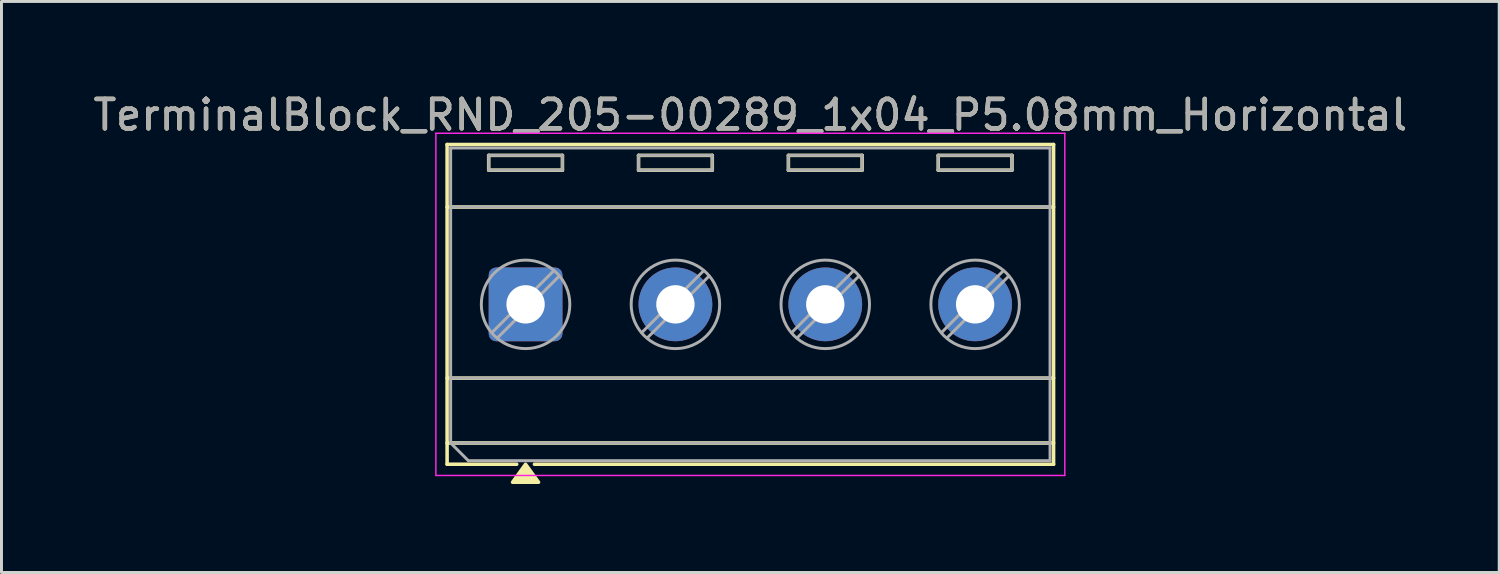
<source format=kicad_pcb>
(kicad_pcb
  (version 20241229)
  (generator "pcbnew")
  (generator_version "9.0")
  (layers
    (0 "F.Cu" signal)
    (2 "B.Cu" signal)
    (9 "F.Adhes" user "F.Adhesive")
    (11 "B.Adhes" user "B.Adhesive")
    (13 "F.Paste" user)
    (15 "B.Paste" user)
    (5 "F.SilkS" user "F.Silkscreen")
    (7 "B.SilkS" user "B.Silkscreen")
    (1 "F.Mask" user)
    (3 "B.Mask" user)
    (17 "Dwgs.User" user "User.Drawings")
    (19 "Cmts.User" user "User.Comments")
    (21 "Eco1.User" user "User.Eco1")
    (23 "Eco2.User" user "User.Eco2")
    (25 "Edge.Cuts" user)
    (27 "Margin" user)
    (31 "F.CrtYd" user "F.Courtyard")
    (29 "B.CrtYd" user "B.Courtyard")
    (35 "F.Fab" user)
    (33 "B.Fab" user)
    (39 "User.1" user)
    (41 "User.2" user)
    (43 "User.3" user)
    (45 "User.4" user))
  (footprint "TerminalBlock_RND_205-00289_1x04_P5.08mm_Horizontal"
    (layer "F.Cu")
    (at 14.767 7.268)
    (property "Reference" "TerminalBlock_RND_205-00289_1x04_P5.08mm_Horizontal" (at 7.62 -6.42 0) (layer "F.SilkS") (effects (font (size 1 1) (thickness 0.15))))
    (attr through_hole)
    (fp_line (start -2.66 -5.42) (end 17.9 -5.42) (stroke (width 0.12) (type solid)) (layer "F.SilkS"))
    (fp_line (start -2.66 -3.3) (end 17.9 -3.3) (stroke (width 0.12) (type solid)) (layer "F.SilkS"))
    (fp_line (start -2.66 2.5) (end 17.9 2.5) (stroke (width 0.12) (type solid)) (layer "F.SilkS"))
    (fp_line (start -2.66 4.7) (end 17.9 4.7) (stroke (width 0.12) (type solid)) (layer "F.SilkS"))
    (fp_line (start -2.66 5.42) (end -2.66 -5.42) (stroke (width 0.12) (type solid)) (layer "F.SilkS"))
    (fp_line (start -1.25 -5.05) (end 1.25 -5.05) (stroke (width 0.12) (type solid)) (layer "F.SilkS"))
    (fp_line (start -1.25 -4.55) (end -1.25 -5.05) (stroke (width 0.12) (type solid)) (layer "F.SilkS"))
    (fp_line (start -0.3 5.42) (end -2.66 5.42) (stroke (width 0.12) (type solid)) (layer "F.SilkS"))
    (fp_line (start 1.25 -5.05) (end 1.25 -4.55) (stroke (width 0.12) (type solid)) (layer "F.SilkS"))
    (fp_line (start 1.25 -4.55) (end -1.25 -4.55) (stroke (width 0.12) (type solid)) (layer "F.SilkS"))
    (fp_line (start 3.83 -5.05) (end 6.33 -5.05) (stroke (width 0.12) (type solid)) (layer "F.SilkS"))
    (fp_line (start 3.83 -4.55) (end 3.83 -5.05) (stroke (width 0.12) (type solid)) (layer "F.SilkS"))
    (fp_line (start 6.33 -5.05) (end 6.33 -4.55) (stroke (width 0.12) (type solid)) (layer "F.SilkS"))
    (fp_line (start 6.33 -4.55) (end 3.83 -4.55) (stroke (width 0.12) (type solid)) (layer "F.SilkS"))
    (fp_line (start 8.91 -5.05) (end 11.41 -5.05) (stroke (width 0.12) (type solid)) (layer "F.SilkS"))
    (fp_line (start 8.91 -4.55) (end 8.91 -5.05) (stroke (width 0.12) (type solid)) (layer "F.SilkS"))
    (fp_line (start 11.41 -5.05) (end 11.41 -4.55) (stroke (width 0.12) (type solid)) (layer "F.SilkS"))
    (fp_line (start 11.41 -4.55) (end 8.91 -4.55) (stroke (width 0.12) (type solid)) (layer "F.SilkS"))
    (fp_line (start 13.99 -5.05) (end 16.49 -5.05) (stroke (width 0.12) (type solid)) (layer "F.SilkS"))
    (fp_line (start 13.99 -4.55) (end 13.99 -5.05) (stroke (width 0.12) (type solid)) (layer "F.SilkS"))
    (fp_line (start 16.49 -5.05) (end 16.49 -4.55) (stroke (width 0.12) (type solid)) (layer "F.SilkS"))
    (fp_line (start 16.49 -4.55) (end 13.99 -4.55) (stroke (width 0.12) (type solid)) (layer "F.SilkS"))
    (fp_line (start 17.9 -5.42) (end 17.9 5.42) (stroke (width 0.12) (type solid)) (layer "F.SilkS"))
    (fp_line (start 17.9 5.42) (end 0.3 5.42) (stroke (width 0.12) (type solid)) (layer "F.SilkS"))
    (fp_poly (pts (xy 0 5.42) (xy 0.44 6.03) (xy -0.44 6.03)) (stroke (width 0.12) (type solid)) (fill yes) (layer "F.SilkS"))
    (fp_line (start -3.04 -5.8) (end -3.04 5.8) (stroke (width 0.05) (type solid)) (layer "F.CrtYd"))
    (fp_line (start -3.04 5.8) (end 18.28 5.8) (stroke (width 0.05) (type solid)) (layer "F.CrtYd"))
    (fp_line (start 18.28 -5.8) (end -3.04 -5.8) (stroke (width 0.05) (type solid)) (layer "F.CrtYd"))
    (fp_line (start 18.28 5.8) (end 18.28 -5.8) (stroke (width 0.05) (type solid)) (layer "F.CrtYd"))
    (fp_line (start -2.54 -5.3) (end 17.78 -5.3) (stroke (width 0.1) (type solid)) (layer "F.Fab"))
    (fp_line (start -2.54 -3.3) (end 17.78 -3.3) (stroke (width 0.1) (type solid)) (layer "F.Fab"))
    (fp_line (start -2.54 2.5) (end 17.78 2.5) (stroke (width 0.1) (type solid)) (layer "F.Fab"))
    (fp_line (start -2.54 4.7) (end -2.54 -5.3) (stroke (width 0.1) (type solid)) (layer "F.Fab"))
    (fp_line (start -2.54 4.7) (end 17.78 4.7) (stroke (width 0.1) (type solid)) (layer "F.Fab"))
    (fp_line (start -1.94 5.3) (end -2.54 4.7) (stroke (width 0.1) (type solid)) (layer "F.Fab"))
    (fp_line (start -1.25 -5.05) (end -1.25 -4.55) (stroke (width 0.1) (type solid)) (layer "F.Fab"))
    (fp_line (start -1.25 -4.55) (end 1.25 -4.55) (stroke (width 0.1) (type solid)) (layer "F.Fab"))
    (fp_line (start 0.955 -1.138) (end -1.138 0.955) (stroke (width 0.1) (type solid)) (layer "F.Fab"))
    (fp_line (start 1.138 -0.955) (end -0.955 1.138) (stroke (width 0.1) (type solid)) (layer "F.Fab"))
    (fp_line (start 1.25 -5.05) (end -1.25 -5.05) (stroke (width 0.1) (type solid)) (layer "F.Fab"))
    (fp_line (start 1.25 -4.55) (end 1.25 -5.05) (stroke (width 0.1) (type solid)) (layer "F.Fab"))
    (fp_line (start 3.83 -5.05) (end 3.83 -4.55) (stroke (width 0.1) (type solid)) (layer "F.Fab"))
    (fp_line (start 3.83 -4.55) (end 6.33 -4.55) (stroke (width 0.1) (type solid)) (layer "F.Fab"))
    (fp_line (start 6.035 -1.138) (end 3.942 0.955) (stroke (width 0.1) (type solid)) (layer "F.Fab"))
    (fp_line (start 6.218 -0.955) (end 4.125 1.138) (stroke (width 0.1) (type solid)) (layer "F.Fab"))
    (fp_line (start 6.33 -5.05) (end 3.83 -5.05) (stroke (width 0.1) (type solid)) (layer "F.Fab"))
    (fp_line (start 6.33 -4.55) (end 6.33 -5.05) (stroke (width 0.1) (type solid)) (layer "F.Fab"))
    (fp_line (start 8.91 -5.05) (end 8.91 -4.55) (stroke (width 0.1) (type solid)) (layer "F.Fab"))
    (fp_line (start 8.91 -4.55) (end 11.41 -4.55) (stroke (width 0.1) (type solid)) (layer "F.Fab"))
    (fp_line (start 11.115 -1.138) (end 9.022 0.955) (stroke (width 0.1) (type solid)) (layer "F.Fab"))
    (fp_line (start 11.298 -0.955) (end 9.205 1.138) (stroke (width 0.1) (type solid)) (layer "F.Fab"))
    (fp_line (start 11.41 -5.05) (end 8.91 -5.05) (stroke (width 0.1) (type solid)) (layer "F.Fab"))
    (fp_line (start 11.41 -4.55) (end 11.41 -5.05) (stroke (width 0.1) (type solid)) (layer "F.Fab"))
    (fp_line (start 13.99 -5.05) (end 13.99 -4.55) (stroke (width 0.1) (type solid)) (layer "F.Fab"))
    (fp_line (start 13.99 -4.55) (end 16.49 -4.55) (stroke (width 0.1) (type solid)) (layer "F.Fab"))
    (fp_line (start 16.195 -1.138) (end 14.102 0.955) (stroke (width 0.1) (type solid)) (layer "F.Fab"))
    (fp_line (start 16.378 -0.955) (end 14.285 1.138) (stroke (width 0.1) (type solid)) (layer "F.Fab"))
    (fp_line (start 16.49 -5.05) (end 13.99 -5.05) (stroke (width 0.1) (type solid)) (layer "F.Fab"))
    (fp_line (start 16.49 -4.55) (end 16.49 -5.05) (stroke (width 0.1) (type solid)) (layer "F.Fab"))
    (fp_line (start 17.78 -5.3) (end 17.78 5.3) (stroke (width 0.1) (type solid)) (layer "F.Fab"))
    (fp_line (start 17.78 5.3) (end -1.94 5.3) (stroke (width 0.1) (type solid)) (layer "F.Fab"))
    (fp_circle (center 0 0) (end 1.5 0) (stroke (width 0.1) (type solid)) (fill no) (layer "F.Fab"))
    (fp_circle (center 5.08 0) (end 6.58 0) (stroke (width 0.1) (type solid)) (fill no) (layer "F.Fab"))
    (fp_circle (center 10.16 0) (end 11.66 0) (stroke (width 0.1) (type solid)) (fill no) (layer "F.Fab"))
    (fp_circle (center 15.24 0) (end 16.74 0) (stroke (width 0.1) (type solid)) (fill no) (layer "F.Fab"))
    (fp_text user "${REFERENCE}" (at 7.62 -6.42 0) (layer "F.Fab") (effects (font (size 1 1) (thickness 0.15))))
    (pad "1" thru_hole roundrect (at 0 0) (size 2.5 2.5) (drill 1.3) (layers "*.Cu" "*.Mask") (roundrect_rratio 0.1))
    (pad "2" thru_hole circle (at 5.08 0) (size 2.5 2.5) (drill 1.3) (layers "*.Cu" "*.Mask"))
    (pad "3" thru_hole circle (at 10.16 0) (size 2.5 2.5) (drill 1.3) (layers "*.Cu" "*.Mask"))
    (pad "4" thru_hole circle (at 15.24 0) (size 2.5 2.5) (drill 1.3) (layers "*.Cu" "*.Mask")))
  (gr_rect
    (start -3 -3)
    (end 47.774 16.358)
    (stroke (width 0.1) (type default))
    (fill no)
    (layer "Edge.Cuts")))
</source>
